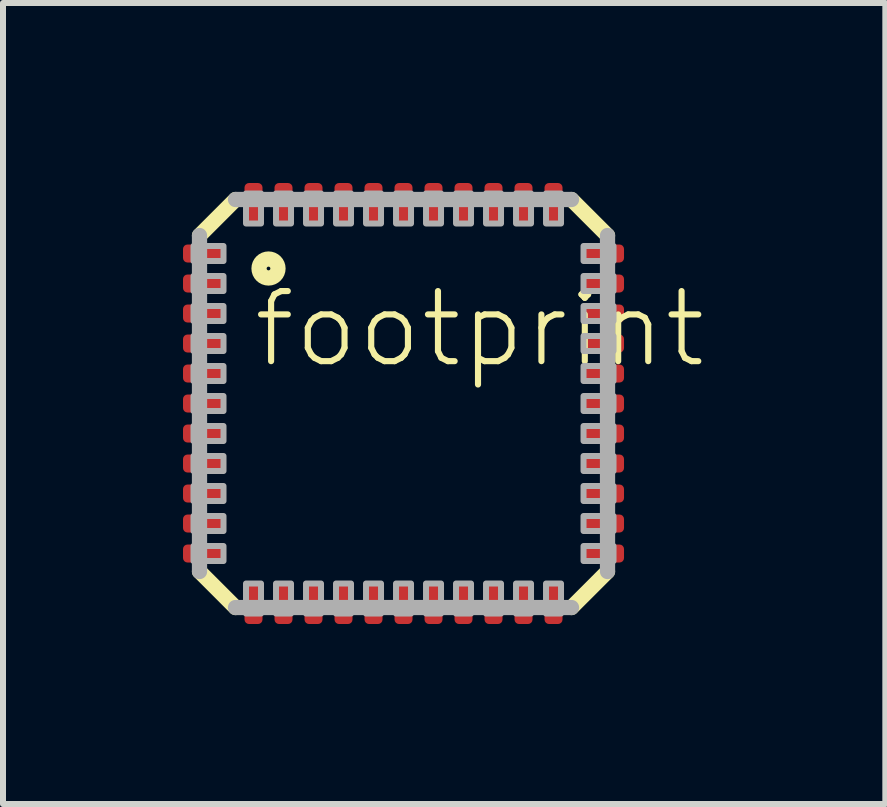
<source format=kicad_pcb>
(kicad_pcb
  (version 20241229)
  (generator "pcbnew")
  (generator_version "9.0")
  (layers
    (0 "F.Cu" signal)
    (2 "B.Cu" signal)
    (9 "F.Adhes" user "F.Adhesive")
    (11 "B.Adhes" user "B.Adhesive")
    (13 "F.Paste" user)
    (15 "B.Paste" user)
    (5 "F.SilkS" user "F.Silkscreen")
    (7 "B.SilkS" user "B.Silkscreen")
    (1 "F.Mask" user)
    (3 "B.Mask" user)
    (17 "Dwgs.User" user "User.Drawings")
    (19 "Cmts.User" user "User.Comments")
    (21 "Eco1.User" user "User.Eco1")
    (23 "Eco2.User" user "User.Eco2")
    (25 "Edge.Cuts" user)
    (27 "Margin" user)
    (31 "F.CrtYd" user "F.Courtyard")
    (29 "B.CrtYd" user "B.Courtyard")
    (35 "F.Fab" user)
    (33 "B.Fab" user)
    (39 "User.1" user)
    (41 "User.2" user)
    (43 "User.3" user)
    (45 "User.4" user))
  (footprint "footprint"
    (layer "F.Cu")
    (at 3.675 3.675)
    (property "Reference" "footprint" (at -2.552 -0.558 0) (layer "F.SilkS") (effects (font (size 1.168 1.168) (thickness 0.102)) (justify left bottom)))
    (fp_line (start -3.4 -2.8) (end -2.8 -3.4) (stroke (width 0.254) (type solid)) (layer "F.SilkS"))
    (fp_line (start -2.8 3.4) (end -3.4 2.8) (stroke (width 0.254) (type solid)) (layer "F.SilkS"))
    (fp_line (start 2.8 -3.4) (end 3.4 -2.8) (stroke (width 0.254) (type solid)) (layer "F.SilkS"))
    (fp_line (start 3.4 2.8) (end 2.8 3.4) (stroke (width 0.254) (type solid)) (layer "F.SilkS"))
    (fp_circle (center -2.25 -2.25) (end -2.092 -2.25) (stroke (width 0.254) (type solid)) (fill no) (layer "F.SilkS"))
    (fp_line (start -3.4 2.8) (end -3.4 -2.8) (stroke (width 0.254) (type solid)) (layer "F.Fab"))
    (fp_line (start -2.8 -3.4) (end 2.8 -3.4) (stroke (width 0.254) (type solid)) (layer "F.Fab"))
    (fp_line (start 2.8 3.4) (end -2.8 3.4) (stroke (width 0.254) (type solid)) (layer "F.Fab"))
    (fp_line (start 3.4 -2.8) (end 3.4 2.8) (stroke (width 0.254) (type solid)) (layer "F.Fab"))
    (fp_poly (pts (xy -3.5 -2.375) (xy -3 -2.375) (xy -3 -2.625) (xy -3.5 -2.625)) (stroke (width 0.1) (type solid)) (fill no) (layer "F.Fab"))
    (fp_poly (pts (xy -3.5 -1.875) (xy -3 -1.875) (xy -3 -2.125) (xy -3.5 -2.125)) (stroke (width 0.1) (type solid)) (fill no) (layer "F.Fab"))
    (fp_poly (pts (xy -3.5 -1.375) (xy -3 -1.375) (xy -3 -1.625) (xy -3.5 -1.625)) (stroke (width 0.1) (type solid)) (fill no) (layer "F.Fab"))
    (fp_poly (pts (xy -3.5 -0.875) (xy -3 -0.875) (xy -3 -1.125) (xy -3.5 -1.125)) (stroke (width 0.1) (type solid)) (fill no) (layer "F.Fab"))
    (fp_poly (pts (xy -3.5 -0.375) (xy -3 -0.375) (xy -3 -0.625) (xy -3.5 -0.625)) (stroke (width 0.1) (type solid)) (fill no) (layer "F.Fab"))
    (fp_poly (pts (xy -3.5 0.125) (xy -3 0.125) (xy -3 -0.125) (xy -3.5 -0.125)) (stroke (width 0.1) (type solid)) (fill no) (layer "F.Fab"))
    (fp_poly (pts (xy -3.5 0.625) (xy -3 0.625) (xy -3 0.375) (xy -3.5 0.375)) (stroke (width 0.1) (type solid)) (fill no) (layer "F.Fab"))
    (fp_poly (pts (xy -3.5 1.125) (xy -3 1.125) (xy -3 0.875) (xy -3.5 0.875)) (stroke (width 0.1) (type solid)) (fill no) (layer "F.Fab"))
    (fp_poly (pts (xy -3.5 1.625) (xy -3 1.625) (xy -3 1.375) (xy -3.5 1.375)) (stroke (width 0.1) (type solid)) (fill no) (layer "F.Fab"))
    (fp_poly (pts (xy -3.5 2.125) (xy -3 2.125) (xy -3 1.875) (xy -3.5 1.875)) (stroke (width 0.1) (type solid)) (fill no) (layer "F.Fab"))
    (fp_poly (pts (xy -3.5 2.625) (xy -3 2.625) (xy -3 2.375) (xy -3.5 2.375)) (stroke (width 0.1) (type solid)) (fill no) (layer "F.Fab"))
    (fp_poly (pts (xy -2.625 -3) (xy -2.375 -3) (xy -2.375 -3.5) (xy -2.625 -3.5)) (stroke (width 0.1) (type solid)) (fill no) (layer "F.Fab"))
    (fp_poly (pts (xy -2.625 3.5) (xy -2.375 3.5) (xy -2.375 3) (xy -2.625 3)) (stroke (width 0.1) (type solid)) (fill no) (layer "F.Fab"))
    (fp_poly (pts (xy -2.125 -3) (xy -1.875 -3) (xy -1.875 -3.5) (xy -2.125 -3.5)) (stroke (width 0.1) (type solid)) (fill no) (layer "F.Fab"))
    (fp_poly (pts (xy -2.125 3.5) (xy -1.875 3.5) (xy -1.875 3) (xy -2.125 3)) (stroke (width 0.1) (type solid)) (fill no) (layer "F.Fab"))
    (fp_poly (pts (xy -1.625 -3) (xy -1.375 -3) (xy -1.375 -3.5) (xy -1.625 -3.5)) (stroke (width 0.1) (type solid)) (fill no) (layer "F.Fab"))
    (fp_poly (pts (xy -1.625 3.5) (xy -1.375 3.5) (xy -1.375 3) (xy -1.625 3)) (stroke (width 0.1) (type solid)) (fill no) (layer "F.Fab"))
    (fp_poly (pts (xy -1.125 -3) (xy -0.875 -3) (xy -0.875 -3.5) (xy -1.125 -3.5)) (stroke (width 0.1) (type solid)) (fill no) (layer "F.Fab"))
    (fp_poly (pts (xy -1.125 3.5) (xy -0.875 3.5) (xy -0.875 3) (xy -1.125 3)) (stroke (width 0.1) (type solid)) (fill no) (layer "F.Fab"))
    (fp_poly (pts (xy -0.625 -3) (xy -0.375 -3) (xy -0.375 -3.5) (xy -0.625 -3.5)) (stroke (width 0.1) (type solid)) (fill no) (layer "F.Fab"))
    (fp_poly (pts (xy -0.625 3.5) (xy -0.375 3.5) (xy -0.375 3) (xy -0.625 3)) (stroke (width 0.1) (type solid)) (fill no) (layer "F.Fab"))
    (fp_poly (pts (xy -0.125 -3) (xy 0.125 -3) (xy 0.125 -3.5) (xy -0.125 -3.5)) (stroke (width 0.1) (type solid)) (fill no) (layer "F.Fab"))
    (fp_poly (pts (xy -0.125 3.5) (xy 0.125 3.5) (xy 0.125 3) (xy -0.125 3)) (stroke (width 0.1) (type solid)) (fill no) (layer "F.Fab"))
    (fp_poly (pts (xy 0.375 -3) (xy 0.625 -3) (xy 0.625 -3.5) (xy 0.375 -3.5)) (stroke (width 0.1) (type solid)) (fill no) (layer "F.Fab"))
    (fp_poly (pts (xy 0.375 3.5) (xy 0.625 3.5) (xy 0.625 3) (xy 0.375 3)) (stroke (width 0.1) (type solid)) (fill no) (layer "F.Fab"))
    (fp_poly (pts (xy 0.875 -3) (xy 1.125 -3) (xy 1.125 -3.5) (xy 0.875 -3.5)) (stroke (width 0.1) (type solid)) (fill no) (layer "F.Fab"))
    (fp_poly (pts (xy 0.875 3.5) (xy 1.125 3.5) (xy 1.125 3) (xy 0.875 3)) (stroke (width 0.1) (type solid)) (fill no) (layer "F.Fab"))
    (fp_poly (pts (xy 1.375 -3) (xy 1.625 -3) (xy 1.625 -3.5) (xy 1.375 -3.5)) (stroke (width 0.1) (type solid)) (fill no) (layer "F.Fab"))
    (fp_poly (pts (xy 1.375 3.5) (xy 1.625 3.5) (xy 1.625 3) (xy 1.375 3)) (stroke (width 0.1) (type solid)) (fill no) (layer "F.Fab"))
    (fp_poly (pts (xy 1.875 -3) (xy 2.125 -3) (xy 2.125 -3.5) (xy 1.875 -3.5)) (stroke (width 0.1) (type solid)) (fill no) (layer "F.Fab"))
    (fp_poly (pts (xy 1.875 3.5) (xy 2.125 3.5) (xy 2.125 3) (xy 1.875 3)) (stroke (width 0.1) (type solid)) (fill no) (layer "F.Fab"))
    (fp_poly (pts (xy 2.375 -3) (xy 2.625 -3) (xy 2.625 -3.5) (xy 2.375 -3.5)) (stroke (width 0.1) (type solid)) (fill no) (layer "F.Fab"))
    (fp_poly (pts (xy 2.375 3.5) (xy 2.625 3.5) (xy 2.625 3) (xy 2.375 3)) (stroke (width 0.1) (type solid)) (fill no) (layer "F.Fab"))
    (fp_poly (pts (xy 3 -2.375) (xy 3.5 -2.375) (xy 3.5 -2.625) (xy 3 -2.625)) (stroke (width 0.1) (type solid)) (fill no) (layer "F.Fab"))
    (fp_poly (pts (xy 3 -1.875) (xy 3.5 -1.875) (xy 3.5 -2.125) (xy 3 -2.125)) (stroke (width 0.1) (type solid)) (fill no) (layer "F.Fab"))
    (fp_poly (pts (xy 3 -1.375) (xy 3.5 -1.375) (xy 3.5 -1.625) (xy 3 -1.625)) (stroke (width 0.1) (type solid)) (fill no) (layer "F.Fab"))
    (fp_poly (pts (xy 3 -0.875) (xy 3.5 -0.875) (xy 3.5 -1.125) (xy 3 -1.125)) (stroke (width 0.1) (type solid)) (fill no) (layer "F.Fab"))
    (fp_poly (pts (xy 3 -0.375) (xy 3.5 -0.375) (xy 3.5 -0.625) (xy 3 -0.625)) (stroke (width 0.1) (type solid)) (fill no) (layer "F.Fab"))
    (fp_poly (pts (xy 3 0.125) (xy 3.5 0.125) (xy 3.5 -0.125) (xy 3 -0.125)) (stroke (width 0.1) (type solid)) (fill no) (layer "F.Fab"))
    (fp_poly (pts (xy 3 0.625) (xy 3.5 0.625) (xy 3.5 0.375) (xy 3 0.375)) (stroke (width 0.1) (type solid)) (fill no) (layer "F.Fab"))
    (fp_poly (pts (xy 3 1.125) (xy 3.5 1.125) (xy 3.5 0.875) (xy 3 0.875)) (stroke (width 0.1) (type solid)) (fill no) (layer "F.Fab"))
    (fp_poly (pts (xy 3 1.625) (xy 3.5 1.625) (xy 3.5 1.375) (xy 3 1.375)) (stroke (width 0.1) (type solid)) (fill no) (layer "F.Fab"))
    (fp_poly (pts (xy 3 2.125) (xy 3.5 2.125) (xy 3.5 1.875) (xy 3 1.875)) (stroke (width 0.1) (type solid)) (fill no) (layer "F.Fab"))
    (fp_poly (pts (xy 3 2.625) (xy 3.5 2.625) (xy 3.5 2.375) (xy 3 2.375)) (stroke (width 0.1) (type solid)) (fill no) (layer "F.Fab"))
    (pad "1" smd roundrect (at -3.325 -2.5) (size 0.7 0.3) (layers "F.Cu" "F.Mask" "F.Paste") (roundrect_rratio 0.25))
    (pad "2" smd roundrect (at -3.325 -2) (size 0.7 0.3) (layers "F.Cu" "F.Mask" "F.Paste") (roundrect_rratio 0.25))
    (pad "3" smd roundrect (at -3.325 -1.5) (size 0.7 0.3) (layers "F.Cu" "F.Mask" "F.Paste") (roundrect_rratio 0.25))
    (pad "4" smd roundrect (at -3.325 -1) (size 0.7 0.3) (layers "F.Cu" "F.Mask" "F.Paste") (roundrect_rratio 0.25))
    (pad "5" smd roundrect (at -3.325 -0.5) (size 0.7 0.3) (layers "F.Cu" "F.Mask" "F.Paste") (roundrect_rratio 0.25))
    (pad "6" smd roundrect (at -3.325 0) (size 0.7 0.3) (layers "F.Cu" "F.Mask" "F.Paste") (roundrect_rratio 0.25))
    (pad "7" smd roundrect (at -3.325 0.5) (size 0.7 0.3) (layers "F.Cu" "F.Mask" "F.Paste") (roundrect_rratio 0.25))
    (pad "8" smd roundrect (at -3.325 1) (size 0.7 0.3) (layers "F.Cu" "F.Mask" "F.Paste") (roundrect_rratio 0.25))
    (pad "9" smd roundrect (at -3.325 1.5) (size 0.7 0.3) (layers "F.Cu" "F.Mask" "F.Paste") (roundrect_rratio 0.25))
    (pad "10" smd roundrect (at -3.325 2) (size 0.7 0.3) (layers "F.Cu" "F.Mask" "F.Paste") (roundrect_rratio 0.25))
    (pad "11" smd roundrect (at -3.325 2.5) (size 0.7 0.3) (layers "F.Cu" "F.Mask" "F.Paste") (roundrect_rratio 0.25))
    (pad "12" smd roundrect (at -2.5 3.325) (size 0.3 0.7) (layers "F.Cu" "F.Mask" "F.Paste") (roundrect_rratio 0.25))
    (pad "13" smd roundrect (at -2 3.325) (size 0.3 0.7) (layers "F.Cu" "F.Mask" "F.Paste") (roundrect_rratio 0.25))
    (pad "14" smd roundrect (at -1.5 3.325) (size 0.3 0.7) (layers "F.Cu" "F.Mask" "F.Paste") (roundrect_rratio 0.25))
    (pad "15" smd roundrect (at -1 3.325) (size 0.3 0.7) (layers "F.Cu" "F.Mask" "F.Paste") (roundrect_rratio 0.25))
    (pad "16" smd roundrect (at -0.5 3.325) (size 0.3 0.7) (layers "F.Cu" "F.Mask" "F.Paste") (roundrect_rratio 0.25))
    (pad "17" smd roundrect (at 0 3.325) (size 0.3 0.7) (layers "F.Cu" "F.Mask" "F.Paste") (roundrect_rratio 0.25))
    (pad "18" smd roundrect (at 0.5 3.325) (size 0.3 0.7) (layers "F.Cu" "F.Mask" "F.Paste") (roundrect_rratio 0.25))
    (pad "19" smd roundrect (at 1 3.325) (size 0.3 0.7) (layers "F.Cu" "F.Mask" "F.Paste") (roundrect_rratio 0.25))
    (pad "20" smd roundrect (at 1.5 3.325) (size 0.3 0.7) (layers "F.Cu" "F.Mask" "F.Paste") (roundrect_rratio 0.25))
    (pad "21" smd roundrect (at 2 3.325) (size 0.3 0.7) (layers "F.Cu" "F.Mask" "F.Paste") (roundrect_rratio 0.25))
    (pad "22" smd roundrect (at 2.5 3.325) (size 0.3 0.7) (layers "F.Cu" "F.Mask" "F.Paste") (roundrect_rratio 0.25))
    (pad "23" smd roundrect (at 3.325 2.5) (size 0.7 0.3) (layers "F.Cu" "F.Mask" "F.Paste") (roundrect_rratio 0.25))
    (pad "24" smd roundrect (at 3.325 2) (size 0.7 0.3) (layers "F.Cu" "F.Mask" "F.Paste") (roundrect_rratio 0.25))
    (pad "25" smd roundrect (at 3.325 1.5) (size 0.7 0.3) (layers "F.Cu" "F.Mask" "F.Paste") (roundrect_rratio 0.25))
    (pad "26" smd roundrect (at 3.325 1) (size 0.7 0.3) (layers "F.Cu" "F.Mask" "F.Paste") (roundrect_rratio 0.25))
    (pad "27" smd roundrect (at 3.325 0.5) (size 0.7 0.3) (layers "F.Cu" "F.Mask" "F.Paste") (roundrect_rratio 0.25))
    (pad "28" smd roundrect (at 3.325 0) (size 0.7 0.3) (layers "F.Cu" "F.Mask" "F.Paste") (roundrect_rratio 0.25))
    (pad "29" smd roundrect (at 3.325 -0.5) (size 0.7 0.3) (layers "F.Cu" "F.Mask" "F.Paste") (roundrect_rratio 0.25))
    (pad "30" smd roundrect (at 3.325 -1) (size 0.7 0.3) (layers "F.Cu" "F.Mask" "F.Paste") (roundrect_rratio 0.25))
    (pad "31" smd roundrect (at 3.325 -1.5) (size 0.7 0.3) (layers "F.Cu" "F.Mask" "F.Paste") (roundrect_rratio 0.25))
    (pad "32" smd roundrect (at 3.325 -2) (size 0.7 0.3) (layers "F.Cu" "F.Mask" "F.Paste") (roundrect_rratio 0.25))
    (pad "33" smd roundrect (at 3.325 -2.5) (size 0.7 0.3) (layers "F.Cu" "F.Mask" "F.Paste") (roundrect_rratio 0.25))
    (pad "34" smd roundrect (at 2.5 -3.325) (size 0.3 0.7) (layers "F.Cu" "F.Mask" "F.Paste") (roundrect_rratio 0.25))
    (pad "35" smd roundrect (at 2 -3.325) (size 0.3 0.7) (layers "F.Cu" "F.Mask" "F.Paste") (roundrect_rratio 0.25))
    (pad "36" smd roundrect (at 1.5 -3.325) (size 0.3 0.7) (layers "F.Cu" "F.Mask" "F.Paste") (roundrect_rratio 0.25))
    (pad "37" smd roundrect (at 1 -3.325) (size 0.3 0.7) (layers "F.Cu" "F.Mask" "F.Paste") (roundrect_rratio 0.25))
    (pad "38" smd roundrect (at 0.5 -3.325) (size 0.3 0.7) (layers "F.Cu" "F.Mask" "F.Paste") (roundrect_rratio 0.25))
    (pad "39" smd roundrect (at 0 -3.325) (size 0.3 0.7) (layers "F.Cu" "F.Mask" "F.Paste") (roundrect_rratio 0.25))
    (pad "40" smd roundrect (at -0.5 -3.325) (size 0.3 0.7) (layers "F.Cu" "F.Mask" "F.Paste") (roundrect_rratio 0.25))
    (pad "41" smd roundrect (at -1 -3.325) (size 0.3 0.7) (layers "F.Cu" "F.Mask" "F.Paste") (roundrect_rratio 0.25))
    (pad "42" smd roundrect (at -1.5 -3.325) (size 0.3 0.7) (layers "F.Cu" "F.Mask" "F.Paste") (roundrect_rratio 0.25))
    (pad "43" smd roundrect (at -2 -3.325) (size 0.3 0.7) (layers "F.Cu" "F.Mask" "F.Paste") (roundrect_rratio 0.25))
    (pad "44" smd roundrect (at -2.5 -3.325) (size 0.3 0.7) (layers "F.Cu" "F.Mask" "F.Paste") (roundrect_rratio 0.25)))
  (gr_rect
    (start -3 -3)
    (end 11.705 10.35)
    (stroke (width 0.1) (type default))
    (fill no)
    (layer "Edge.Cuts")))
</source>
